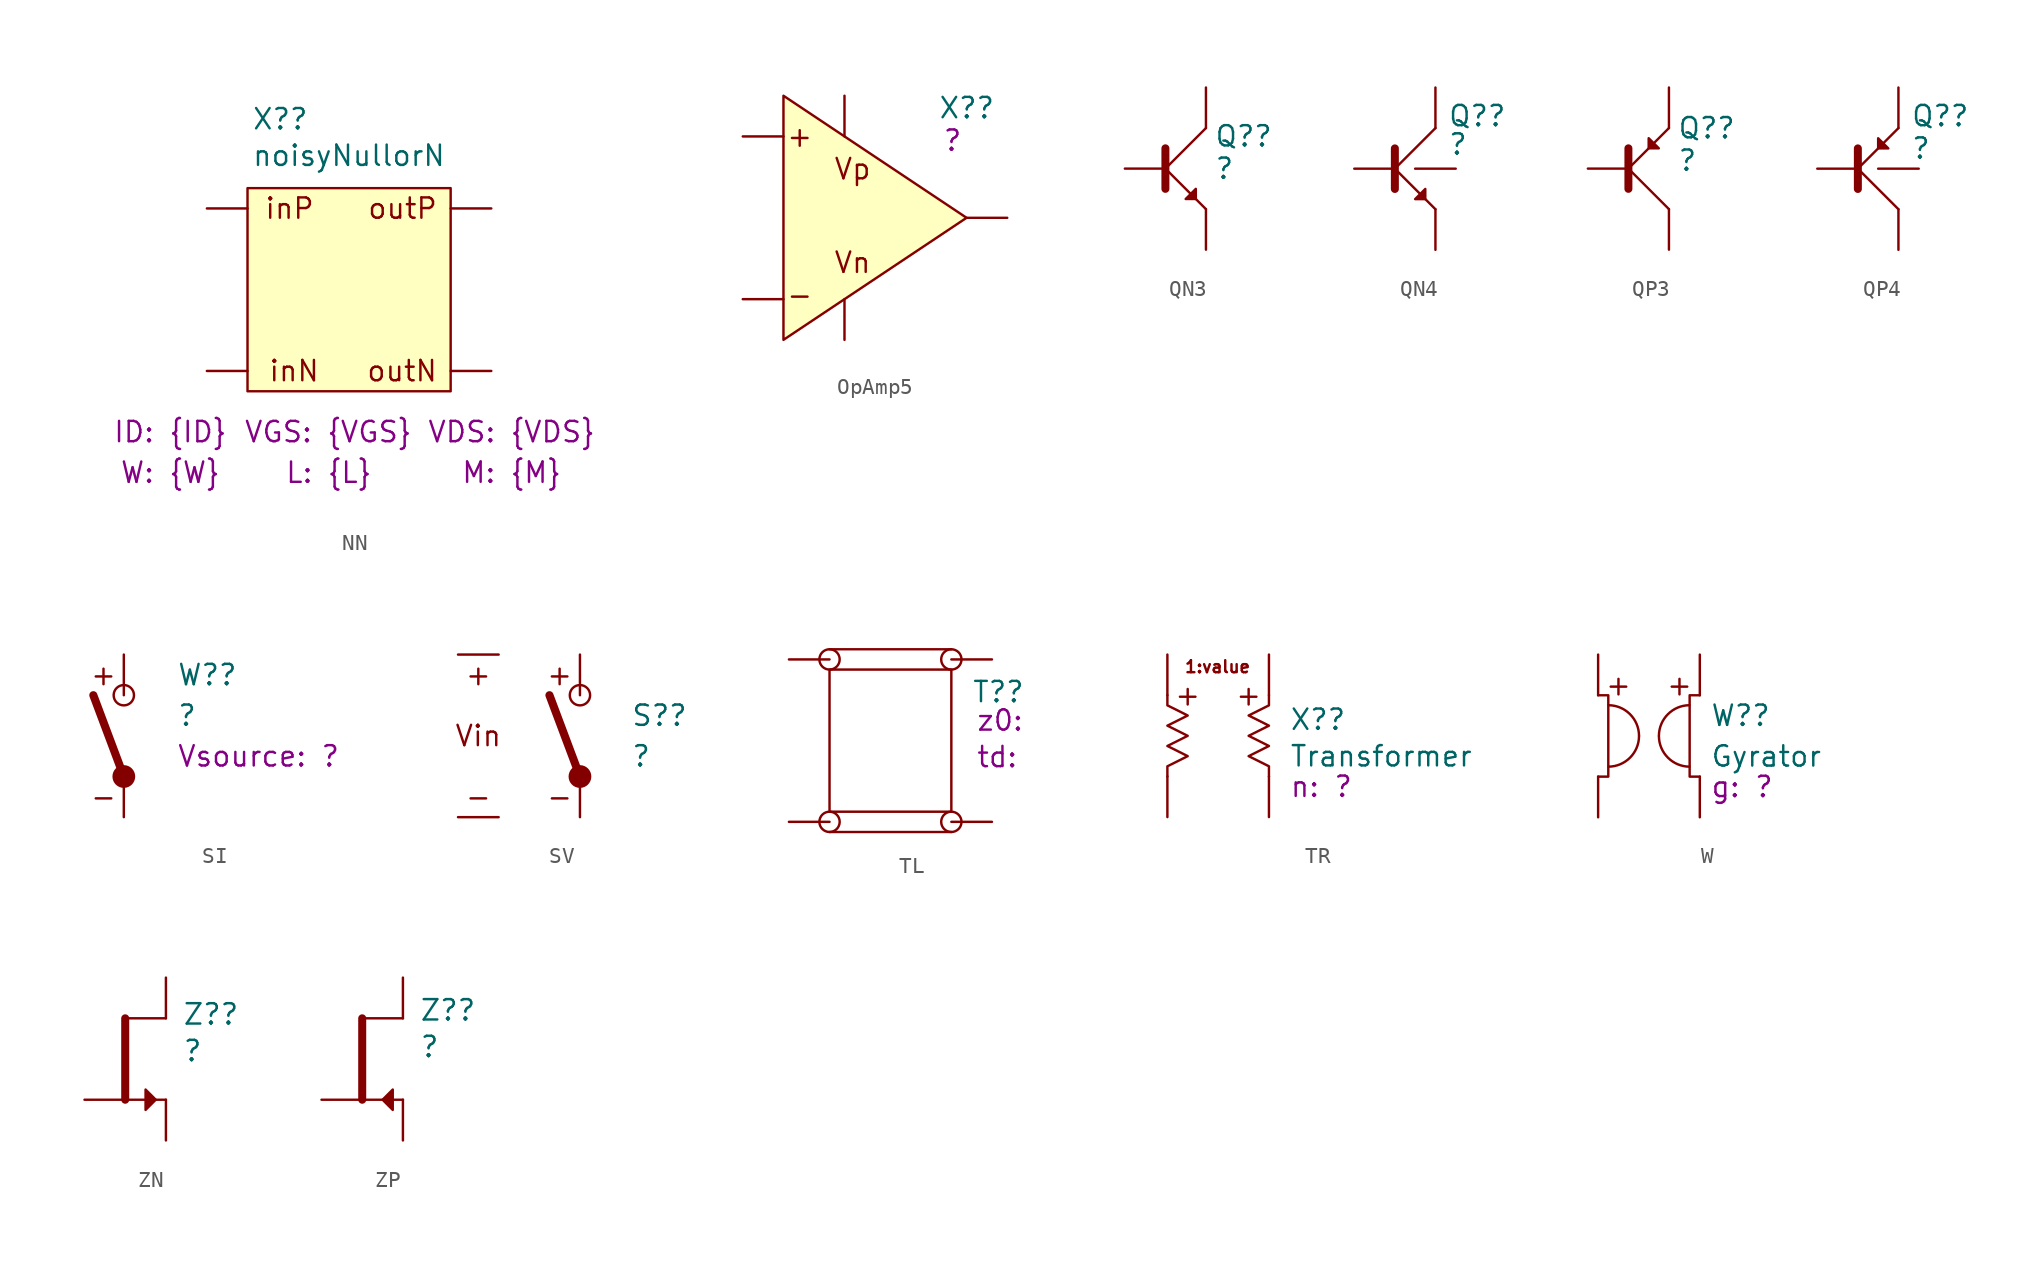
<source format=kicad_sym>
(kicad_symbol_lib
  (version 20241209)
  (generator "kicad_symbol_editor")
  (generator_version "9.0")
  (symbol "NN"
    (pin_numbers
      (hide yes))
    (pin_names
      (offset 0)
      (hide yes))
    (property "Reference" "X?"
      (at -6.096 10.668 0)
      (effects (font (size 1.27 1.27)) (justify left)))
    (property "Value" "noisyNullorN"
      (at -6.096 8.382 0)
      (effects (font (size 1.27 1.27)) (justify left)))
    (property "VGS" "{VGS}"
      (at -6.604 -8.89 0)
      (show_name)
      (effects (font (size 1.27 1.27)) (justify left)))
    (property "VDS" "{VDS}"
      (at 10.16 -8.89 0)
      (show_name)
      (effects (font (size 1.27 1.27))))
    (property "ID" "{ID}"
      (at -11.176 -8.89 0)
      (show_name)
      (effects (font (size 1.27 1.27))))
    (property "W" "{W}"
      (at -11.176 -11.43 0)
      (show_name)
      (effects (font (size 1.27 1.27))))
    (property "L" "{L}"
      (at -1.27 -11.43 0)
      (show_name)
      (effects (font (size 1.27 1.27))))
    (property "M" "{M}"
      (at 10.16 -11.43 0)
      (show_name)
      (effects (font (size 1.27 1.27))))
    (symbol "NN_1_0"
      (pin bidirectional line (at 8.89 5.08 180) (length 2.54) (name "outP" (effects (font (size 1.27 1.27)))) (number "1" (effects (font (size 1.27 1.27)))))
      (pin bidirectional line (at 8.89 -5.08 180) (length 2.54) (name "outN" (effects (font (size 1.27 1.27)))) (number "2" (effects (font (size 1.27 1.27))))))
    (symbol "NN_1_1"
      (rectangle (start -6.35 6.35) (end 6.35 -6.35) (stroke (width 0) (type solid)) (fill (type background)))
      (text "inP" (at -5.334 5.08 0) (effects (font (size 1.27 1.27)) (justify left)))
      (text "inN" (at -5.08 -5.08 0) (effects (font (size 1.27 1.27)) (justify left)))
      (text "outP" (at 5.588 5.08 0) (effects (font (size 1.27 1.27)) (justify right)))
      (text "outN" (at 5.588 -5.08 0) (effects (font (size 1.27 1.27)) (justify right)))
      (pin bidirectional line (at -8.89 5.08 0) (length 2.54) (name "inp" (effects (font (size 1.27 1.27)))) (number "3" (effects (font (size 1.27 1.27)))))
      (pin bidirectional line (at -8.89 -5.08 0) (length 2.54) (name "inN" (effects (font (size 1.27 1.27)))) (number "4" (effects (font (size 1.27 1.27)))))))
  (symbol "OpAmp5"
    (pin_numbers
      (hide yes))
    (pin_names
      (offset 0)
      (hide yes))
    (property "Reference" "X?"
      (at 4.572 6.858 0)
      (effects (font (size 1.27 1.27)) (justify left)))
    (property "model" "?"
      (at 4.826 4.826 0)
      (effects (font (size 1.27 1.27)) (justify left)))
    (symbol "OpAmp5_1_0"
      (pin power_in line (at -1.27 7.62 270) (length 2.54) (name "VP" (effects (font (size 1.27 1.27)))) (number "3" (effects (font (size 1.27 1.27)))))
      (pin power_in line (at -1.27 -7.62 90) (length 2.54) (name "VN" (effects (font (size 1.27 1.27)))) (number "4" (effects (font (size 1.27 1.27)))))
      (pin power_out line (at 8.89 0 180) (length 2.54) (name "OUT" (effects (font (size 1.27 1.27)))) (number "5" (effects (font (size 1.27 1.27))))))
    (symbol "OpAmp5_1_1"
      (polyline (pts (xy 6.35 0) (xy -5.08 7.62) (xy -5.08 -7.62) (xy 6.35 0)) (stroke (width 0) (type default)) (fill (type color) (color 255 255 194 1)))
      (text "+" (at -4.064 5.08 0) (effects (font (size 1.27 1.27))))
      (text "-" (at -4.064 -4.826 0) (effects (font (size 1.27 1.27))))
      (text "Vp" (at -0.762 3.048 0) (effects (font (size 1.27 1.27))))
      (text "Vn" (at -0.762 -2.794 0) (effects (font (size 1.27 1.27))))
      (pin input line (at -7.62 5.08 0) (length 2.54) (name "inP" (effects (font (size 1.27 1.27)))) (number "1" (effects (font (size 1.27 1.27)))))
      (pin input line (at -7.62 -5.08 0) (length 2.54) (name "inN" (effects (font (size 1.27 1.27)))) (number "2" (effects (font (size 1.27 1.27)))))))
  (symbol "QN3"
    (pin_numbers
      (hide yes))
    (pin_names
      (offset 0)
      (hide yes))
    (property "Reference" "Q?"
      (at 0.508 2.032 0)
      (effects (font (size 1.27 1.27)) (justify left)))
    (property "Value" "?"
      (at 0.508 0 0)
      (effects (font (size 1.27 1.27)) (justify left)))
    (symbol "QN3_1_0"
      (pin unspecified line (at -5.08 0 0) (length 2.54) (name "B" (effects (font (size 1.27 1.27)))) (number "2" (effects (font (size 1.27 1.27)))))
      (pin unspecified line (at 0 5.08 270) (length 2.54) (name "C" (effects (font (size 1.27 1.27)))) (number "1" (effects (font (size 1.27 1.27)))))
      (pin unspecified line (at 0 -5.08 90) (length 2.54) (name "E" (effects (font (size 1.27 1.27)))) (number "3" (effects (font (size 1.27 1.27))))))
    (symbol "QN3_1_1"
      (polyline (pts (xy -2.54 -1.27) (xy -2.54 1.27)) (stroke (width 0.5) (type solid)) (fill (type none)))
      (polyline (pts (xy -0.635 -1.27) (xy -1.27 -1.905) (xy -0.635 -1.905) (xy -0.635 -1.27)) (stroke (width 0) (type solid)) (fill (type outline)))
      (polyline (pts (xy 0 2.54) (xy -2.54 0) (xy -2.54 0)) (stroke (width 0) (type default)) (fill (type none)))
      (polyline (pts (xy 0 -2.54) (xy -2.54 0)) (stroke (width 0) (type default)) (fill (type none)))))
  (symbol "QN4"
    (pin_numbers
      (hide yes))
    (pin_names
      (offset 0)
      (hide yes))
    (property "Reference" "Q?"
      (at 0.762 3.302 0)
      (effects (font (size 1.27 1.27)) (justify left)))
    (property "Value" "?"
      (at 0.762 1.524 0)
      (effects (font (size 1.27 1.27)) (justify left)))
    (symbol "QN4_1_0"
      (pin unspecified line (at -5.08 0 0) (length 2.54) (name "B" (effects (font (size 1.27 1.27)))) (number "2" (effects (font (size 1.27 1.27)))))
      (pin unspecified line (at 0 5.08 270) (length 2.54) (name "C" (effects (font (size 1.27 1.27)))) (number "1" (effects (font (size 1.27 1.27)))))
      (pin unspecified line (at 0 -5.08 90) (length 2.54) (name "E" (effects (font (size 1.27 1.27)))) (number "3" (effects (font (size 1.27 1.27)))))
      (pin unspecified line (at 1.27 0 180) (length 2.54) (name "S" (effects (font (size 1.27 1.27)))) (number "4" (effects (font (size 1.27 1.27))))))
    (symbol "QN4_1_1"
      (polyline (pts (xy -2.54 -1.27) (xy -2.54 1.27)) (stroke (width 0.5) (type solid)) (fill (type none)))
      (polyline (pts (xy -0.635 -1.27) (xy -1.27 -1.905) (xy -0.635 -1.905) (xy -0.635 -1.27)) (stroke (width 0) (type solid)) (fill (type outline)))
      (polyline (pts (xy 0 2.54) (xy -2.54 0) (xy -2.54 0)) (stroke (width 0) (type default)) (fill (type none)))
      (polyline (pts (xy 0 -2.54) (xy -2.54 0)) (stroke (width 0) (type default)) (fill (type none)))))
  (symbol "QP3"
    (pin_numbers
      (hide yes))
    (pin_names
      (offset 0)
      (hide yes))
    (property "Reference" "Q?"
      (at 0.508 2.54 0)
      (effects (font (size 1.27 1.27)) (justify left)))
    (property "Value" "?"
      (at 0.508 0.508 0)
      (effects (font (size 1.27 1.27)) (justify left)))
    (symbol "QP3_1_0"
      (pin unspecified line (at -5.08 0 0) (length 2.54) (name "B" (effects (font (size 1.27 1.27)))) (number "2" (effects (font (size 1.27 1.27)))))
      (pin unspecified line (at 0 5.08 270) (length 2.54) (name "E" (effects (font (size 1.27 1.27)))) (number "3" (effects (font (size 1.27 1.27)))))
      (pin unspecified line (at 0 -5.08 90) (length 2.54) (name "C" (effects (font (size 1.27 1.27)))) (number "1" (effects (font (size 1.27 1.27))))))
    (symbol "QP3_1_1"
      (polyline (pts (xy -2.54 1.27) (xy -2.54 -1.27)) (stroke (width 0.5) (type solid)) (fill (type none)))
      (polyline (pts (xy -0.635 1.27) (xy -1.27 1.905) (xy -1.27 1.27) (xy -0.635 1.27)) (stroke (width 0) (type solid)) (fill (type outline)))
      (polyline (pts (xy 0 2.54) (xy -2.54 0)) (stroke (width 0) (type default)) (fill (type none)))
      (polyline (pts (xy 0 -2.54) (xy -2.54 0) (xy -2.54 0)) (stroke (width 0) (type default)) (fill (type none)))))
  (symbol "QP4"
    (pin_numbers
      (hide yes))
    (pin_names
      (offset 0)
      (hide yes))
    (property "Reference" "Q?"
      (at 0.762 3.302 0)
      (effects (font (size 1.27 1.27)) (justify left)))
    (property "Value" "?"
      (at 0.762 1.27 0)
      (effects (font (size 1.27 1.27)) (justify left)))
    (symbol "QP4_1_0"
      (pin unspecified line (at -5.08 0 0) (length 2.54) (name "B" (effects (font (size 1.27 1.27)))) (number "2" (effects (font (size 1.27 1.27)))))
      (pin unspecified line (at 0 5.08 270) (length 2.54) (name "E" (effects (font (size 1.27 1.27)))) (number "3" (effects (font (size 1.27 1.27)))))
      (pin unspecified line (at 0 -5.08 90) (length 2.54) (name "C" (effects (font (size 1.27 1.27)))) (number "1" (effects (font (size 1.27 1.27)))))
      (pin unspecified line (at 1.27 0 180) (length 2.54) (name "S" (effects (font (size 1.27 1.27)))) (number "4" (effects (font (size 1.27 1.27))))))
    (symbol "QP4_1_1"
      (polyline (pts (xy -2.54 1.27) (xy -2.54 -1.27)) (stroke (width 0.5) (type solid)) (fill (type none)))
      (polyline (pts (xy -0.635 1.27) (xy -1.27 1.905) (xy -1.27 1.27) (xy -0.635 1.27)) (stroke (width 0) (type solid)) (fill (type outline)))
      (polyline (pts (xy 0 2.54) (xy -2.54 0)) (stroke (width 0) (type default)) (fill (type none)))
      (polyline (pts (xy 0 -2.54) (xy -2.54 0) (xy -2.54 0)) (stroke (width 0) (type default)) (fill (type none)))))
  (symbol "SI"
    (pin_numbers
      (hide yes))
    (pin_names
      (offset 0)
      (hide yes))
    (property "Reference" "W?"
      (at 3.302 3.81 0)
      (effects (font (size 1.27 1.27)) (justify left)))
    (property "Value" "?"
      (at 3.302 1.27 0)
      (effects (font (size 1.27 1.27)) (justify left)))
    (property "Vsource" "?"
      (at 3.302 -1.27 0)
      (show_name)
      (effects (font (size 1.27 1.27)) (justify left)))
    (symbol "SI_0_0"
      (text "+" (at -1.27 3.81 0) (effects (font (size 1.27 1.27))))
      (text "-" (at -1.27 -3.81 0) (effects (font (size 1.27 1.27)))))
    (symbol "SI_0_1"
      (circle (center 0 2.54) (radius 0.635) (stroke (width 0) (type default)) (fill (type none))))
    (symbol "SI_1_0"
      (pin power_out line (at 0 5.08 270) (length 2.54) (name "outP" (effects (font (size 1.27 1.27)))) (number "1" (effects (font (size 1.27 1.27)))))
      (pin power_out line (at 0 -5.08 90) (length 2.54) (name "outN" (effects (font (size 1.27 1.27)))) (number "2" (effects (font (size 1.27 1.27))))))
    (symbol "SI_1_1"
      (polyline (pts (xy 0 -2.54) (xy -1.905 2.54)) (stroke (width 0.508) (type solid)) (fill (type none)))
      (circle (center 0 -2.54) (radius 0.635) (stroke (width 0) (type solid)) (fill (type outline)))))
  (symbol "SV"
    (pin_numbers
      (hide yes))
    (pin_names
      (offset 0)
      (hide yes))
    (property "Reference" "S?"
      (at 3.175 1.27 0)
      (effects (font (size 1.27 1.27)) (justify left)))
    (property "Value" "?"
      (at 3.175 -1.27 0)
      (effects (font (size 1.27 1.27)) (justify left)))
    (symbol "SV_0_0"
      (text "+" (at -6.35 3.81 0) (effects (font (size 1.27 1.27))))
      (text "-" (at -6.35 -3.81 0) (effects (font (size 1.27 1.27))))
      (text "+" (at -1.27 3.81 0) (effects (font (size 1.27 1.27))))
      (text "-" (at -1.27 -3.81 0) (effects (font (size 1.27 1.27)))))
    (symbol "SV_0_1"
      (circle (center 0 2.54) (radius 0.635) (stroke (width 0) (type default)) (fill (type none))))
    (symbol "SV_1_0"
      (pin power_out line (at 0 5.08 270) (length 2.54) (name "outP" (effects (font (size 1.27 1.27)))) (number "1" (effects (font (size 1.27 1.27)))))
      (pin power_out line (at 0 -5.08 90) (length 2.54) (name "outN" (effects (font (size 1.27 1.27)))) (number "2" (effects (font (size 1.27 1.27))))))
    (symbol "SV_1_1"
      (polyline (pts (xy 0 -2.54) (xy -1.905 2.54)) (stroke (width 0.508) (type solid)) (fill (type none)))
      (circle (center 0 -2.54) (radius 0.635) (stroke (width 0) (type solid)) (fill (type outline)))
      (text "Vin" (at -6.35 0 0) (effects (font (size 1.27 1.27))))
      (pin input line (at -7.62 5.08 0) (length 2.54) (name "inp" (effects (font (size 1.27 1.27)))) (number "3" (effects (font (size 1.27 1.27)))))
      (pin input line (at -7.62 -5.08 0) (length 2.54) (name "inN" (effects (font (size 1.27 1.27)))) (number "4" (effects (font (size 1.27 1.27)))))))
  (symbol "TL"
    (pin_numbers
      (hide yes))
    (pin_names
      (offset 0)
      (hide yes))
    (property "Reference" "T?"
      (at -1.27 3.048 0)
      (effects (font (size 1.27 1.27)) (justify left)))
    (property "z0" ""
      (at -1.016 1.27 0)
      (show_name)
      (effects (font (size 1.27 1.27)) (justify left)))
    (property "td" ""
      (at -1.016 -1.016 0)
      (show_name)
      (effects (font (size 1.27 1.27)) (justify left)))
    (symbol "TL_0_1"
      (polyline (pts (xy -10.16 5.715) (xy -2.54 5.715)) (stroke (width 0) (type default)) (fill (type none)))
      (circle (center -10.16 5.08) (radius 0.635) (stroke (width 0) (type default)) (fill (type none)))
      (polyline (pts (xy -10.16 4.445) (xy -10.16 -4.445) (xy -2.54 -4.445) (xy -2.54 4.445) (xy -10.16 4.445)) (stroke (width 0) (type default)) (fill (type none)))
      (circle (center -10.16 -5.08) (radius 0.635) (stroke (width 0) (type default)) (fill (type none)))
      (polyline (pts (xy -10.16 -5.715) (xy -2.54 -5.715)) (stroke (width 0) (type default)) (fill (type none)))
      (circle (center -2.54 5.08) (radius 0.635) (stroke (width 0) (type default)) (fill (type none)))
      (circle (center -2.54 -5.08) (radius 0.635) (stroke (width 0) (type default)) (fill (type none))))
    (symbol "TL_1_0"
      (pin bidirectional line (at 0 5.08 180) (length 2.54) (name "outP" (effects (font (size 1.27 1.27)))) (number "1" (effects (font (size 1.27 1.27)))))
      (pin bidirectional line (at 0 -5.08 180) (length 2.54) (name "outN" (effects (font (size 1.27 1.27)))) (number "2" (effects (font (size 1.27 1.27))))))
    (symbol "TL_1_1"
      (pin bidirectional line (at -12.7 5.08 0) (length 2.54) (name "inp" (effects (font (size 1.27 1.27)))) (number "3" (effects (font (size 1.27 1.27)))))
      (pin bidirectional line (at -12.7 -5.08 0) (length 2.54) (name "inN" (effects (font (size 1.27 1.27)))) (number "4" (effects (font (size 1.27 1.27)))))))
  (symbol "TR"
    (pin_numbers
      (hide yes))
    (pin_names
      (offset 0)
      (hide yes))
    (property "Reference" "X?"
      (at 1.27 1.016 0)
      (effects (font (size 1.27 1.27)) (justify left)))
    (property "Value" "Transformer"
      (at 1.27 -1.27 0)
      (effects (font (size 1.27 1.27)) (justify left)))
    (property "n" "?"
      (at 1.27 -3.175 0)
      (show_name)
      (effects (font (size 1.27 1.27)) (justify left)))
    (symbol "TR_0_0"
      (polyline (pts (xy -6.35 2.54) (xy -6.35 1.905) (xy -5.08 1.27) (xy -6.35 0.635) (xy -5.08 0) (xy -6.35 -0.635) (xy -5.08 -1.27) (xy -6.35 -1.905) (xy -6.35 -2.54)) (stroke (width 0) (type default)) (fill (type none)))
      (polyline (pts (xy 0 2.54) (xy 0 1.905) (xy -1.27 1.27) (xy 0 0.635) (xy -1.27 0) (xy 0 -0.635) (xy -1.27 -1.27) (xy 0 -1.905) (xy 0 -2.54)) (stroke (width 0) (type default)) (fill (type none))))
    (symbol "TR_1_0"
      (text "1:value" (at -5.334 4.318 0) (effects (font (size 0.75 0.75)) (justify left)))
      (text "+" (at -5.08 2.54 0) (effects (font (size 1.27 1.27))))
      (text "+" (at -1.27 2.54 0) (effects (font (size 1.27 1.27))))
      (pin bidirectional line (at 0 5.08 270) (length 2.54) (name "outP" (effects (font (size 1.27 1.27)))) (number "1" (effects (font (size 1.27 1.27)))))
      (pin bidirectional line (at 0 -5.08 90) (length 2.54) (name "outN" (effects (font (size 1.27 1.27)))) (number "2" (effects (font (size 1.27 1.27))))))
    (symbol "TR_1_1"
      (pin bidirectional line (at -6.35 5.08 270) (length 2.54) (name "inp" (effects (font (size 1.27 1.27)))) (number "3" (effects (font (size 1.27 1.27)))))
      (pin bidirectional line (at -6.35 -5.08 90) (length 2.54) (name "inN" (effects (font (size 1.27 1.27)))) (number "4" (effects (font (size 1.27 1.27)))))))
  (symbol "W"
    (pin_numbers
      (hide yes))
    (pin_names
      (offset 0)
      (hide yes))
    (property "Reference" "W?"
      (at 0.635 1.27 0)
      (effects (font (size 1.27 1.27)) (justify left)))
    (property "Value" "Gyrator"
      (at 0.635 -1.27 0)
      (effects (font (size 1.27 1.27)) (justify left)))
    (property "g" "?"
      (at 0.635 -3.175 0)
      (show_name)
      (effects (font (size 1.27 1.27)) (justify left)))
    (symbol "W_0_0"
      (polyline (pts (xy -6.35 2.54) (xy -5.715 2.54) (xy -5.715 -2.54) (xy -6.35 -2.54)) (stroke (width 0) (type default)) (fill (type none)))
      (arc (start -5.7012 1.9188) (mid -4.3582 1.3568) (end -3.7962 0.0138) (stroke (width 0) (type default)) (fill (type none)))
      (arc (start -3.7961 -0.0139) (mid -4.3581 -1.3569) (end -5.7011 -1.9189) (stroke (width 0) (type default)) (fill (type none)))
      (arc (start -0.6489 -1.9189) (mid -1.9919 -1.3569) (end -2.5539 -0.0139) (stroke (width 0) (type default)) (fill (type none)))
      (arc (start -2.5538 0.0138) (mid -1.9918 1.3568) (end -0.6488 1.9188) (stroke (width 0) (type default)) (fill (type none)))
      (polyline (pts (xy 0 2.54) (xy -0.635 2.54) (xy -0.635 -2.54) (xy 0 -2.54)) (stroke (width 0) (type default)) (fill (type none))))
    (symbol "W_1_0"
      (text "+" (at -5.08 3.175 0) (effects (font (size 1.27 1.27))))
      (text "+" (at -1.27 3.175 0) (effects (font (size 1.27 1.27))))
      (pin bidirectional line (at 0 5.08 270) (length 2.54) (name "outP" (effects (font (size 1.27 1.27)))) (number "1" (effects (font (size 1.27 1.27)))))
      (pin bidirectional line (at 0 -5.08 90) (length 2.54) (name "outN" (effects (font (size 1.27 1.27)))) (number "2" (effects (font (size 1.27 1.27))))))
    (symbol "W_1_1"
      (pin bidirectional line (at -6.35 5.08 270) (length 2.54) (name "inp" (effects (font (size 1.27 1.27)))) (number "3" (effects (font (size 1.27 1.27)))))
      (pin bidirectional line (at -6.35 -5.08 90) (length 2.54) (name "inN" (effects (font (size 1.27 1.27)))) (number "4" (effects (font (size 1.27 1.27)))))))
  (symbol "ZN"
    (pin_numbers
      (hide yes))
    (pin_names
      (offset 0)
      (hide yes))
    (property "Reference" "Z?"
      (at 1.016 2.794 0)
      (effects (font (size 1.27 1.27)) (justify left)))
    (property "Value" "?"
      (at 1.016 0.508 0)
      (effects (font (size 1.27 1.27)) (justify left)))
    (symbol "ZN_0_1"
      (polyline (pts (xy -0.635 -2.54) (xy -1.27 -1.905) (xy -1.27 -3.175) (xy -0.635 -2.54)) (stroke (width 0) (type solid)) (fill (type outline))))
    (symbol "ZN_1_0"
      (pin unspecified line (at -5.08 -2.54 0) (length 2.54) (name "G" (effects (font (size 1.27 1.27)))) (number "2" (effects (font (size 1.27 1.27)))))
      (pin unspecified line (at 0 5.08 270) (length 2.54) (name "D" (effects (font (size 1.27 1.27)))) (number "1" (effects (font (size 1.27 1.27)))))
      (pin unspecified line (at 0 -5.08 90) (length 2.54) (name "S" (effects (font (size 1.27 1.27)))) (number "3" (effects (font (size 1.27 1.27))))))
    (symbol "ZN_1_1"
      (polyline (pts (xy -2.54 -2.54) (xy -2.54 2.54)) (stroke (width 0.5) (type solid)) (fill (type none)))
      (polyline (pts (xy 0 2.54) (xy -2.54 2.54)) (stroke (width 0) (type default)) (fill (type none)))
      (polyline (pts (xy 0 -2.54) (xy -2.54 -2.54)) (stroke (width 0) (type default)) (fill (type none)))))
  (symbol "ZP"
    (pin_numbers
      (hide yes))
    (pin_names
      (offset 0)
      (hide yes))
    (property "Reference" "Z?"
      (at 1.016 3.048 0)
      (effects (font (size 1.27 1.27)) (justify left)))
    (property "Value" "?"
      (at 1.016 0.762 0)
      (effects (font (size 1.27 1.27)) (justify left)))
    (symbol "ZP_0_1"
      (polyline (pts (xy -1.27 -2.54) (xy -0.635 -1.905) (xy -0.635 -3.175) (xy -1.27 -2.54)) (stroke (width 0) (type solid)) (fill (type outline))))
    (symbol "ZP_1_0"
      (pin unspecified line (at -5.08 -2.54 0) (length 2.54) (name "G" (effects (font (size 1.27 1.27)))) (number "2" (effects (font (size 1.27 1.27)))))
      (pin unspecified line (at 0 5.08 270) (length 2.54) (name "D" (effects (font (size 1.27 1.27)))) (number "1" (effects (font (size 1.27 1.27)))))
      (pin unspecified line (at 0 -5.08 90) (length 2.54) (name "S" (effects (font (size 1.27 1.27)))) (number "3" (effects (font (size 1.27 1.27))))))
    (symbol "ZP_1_1"
      (polyline (pts (xy -2.54 -2.54) (xy -2.54 2.54)) (stroke (width 0.5) (type solid)) (fill (type none)))
      (polyline (pts (xy 0 2.54) (xy -2.54 2.54)) (stroke (width 0) (type default)) (fill (type none)))
      (polyline (pts (xy 0 -2.54) (xy -2.54 -2.54)) (stroke (width 0) (type default)) (fill (type none))))))
</source>
